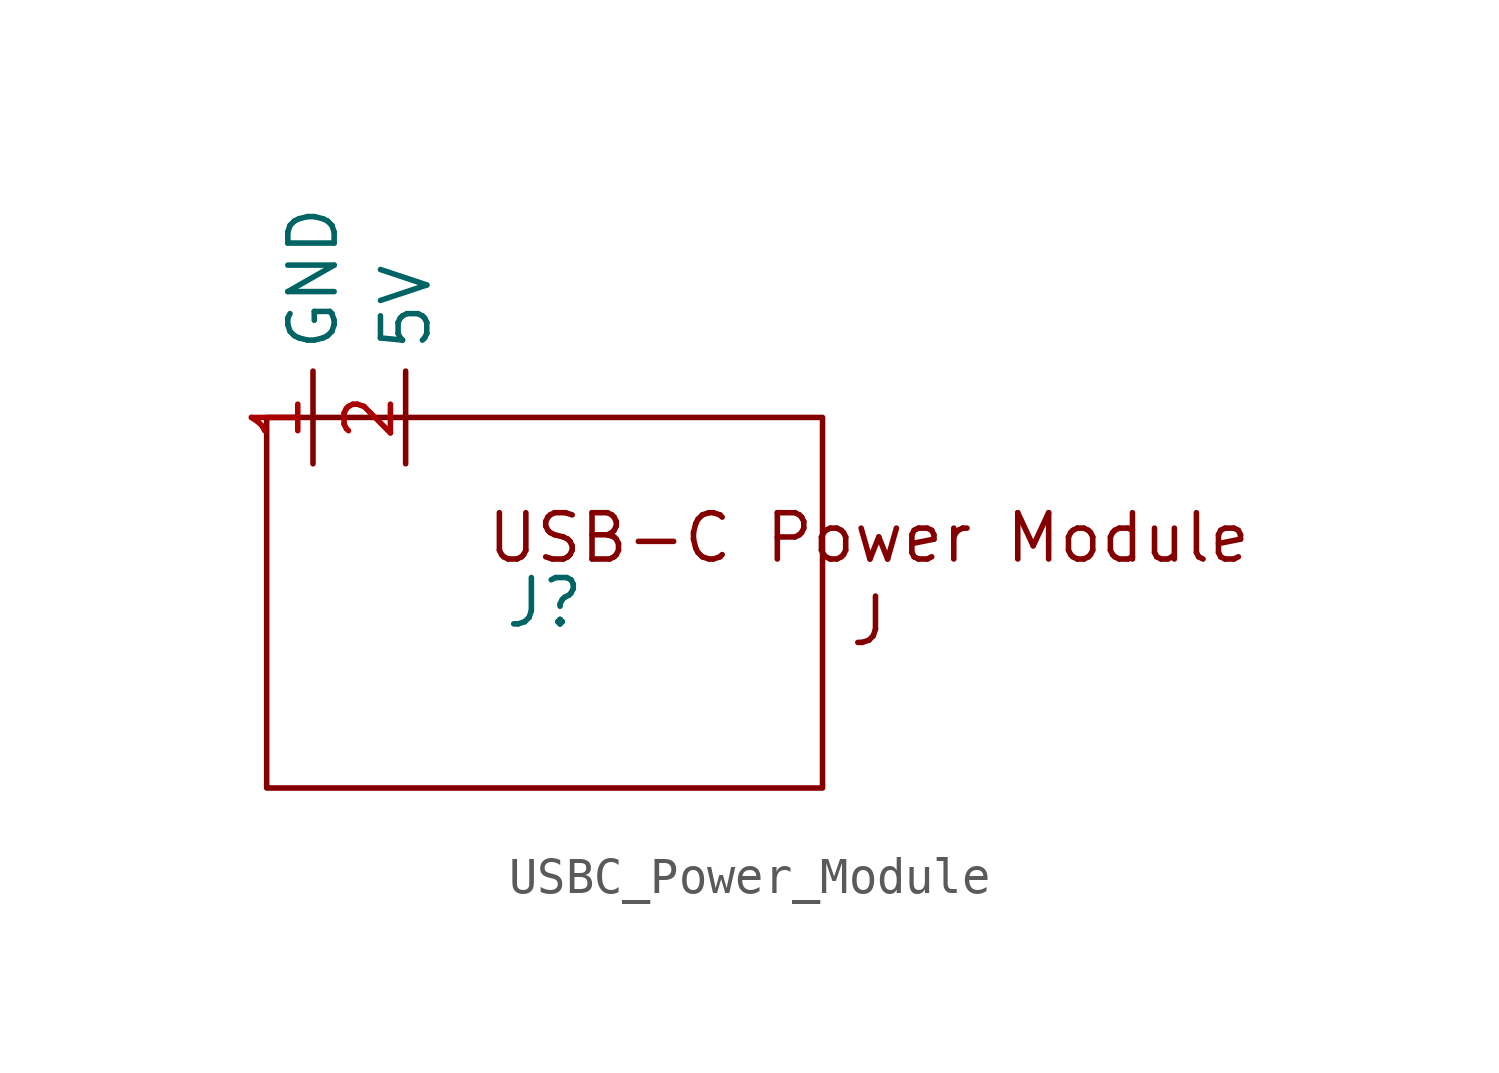
<source format=kicad_sym>
(kicad_symbol_lib
  (version 20231120)
  (generator "kicad_symbol_editor")
  (generator_version "8.0")
  (symbol "USBC_Power_Module"
    (property "Reference" "J"
      (at 0 0 0)
      (effects (font (size 1.27 1.27))))
    (property "Value" ""
      (at 0 0 0)
      (effects (font (size 1.27 1.27))))
    (symbol "USBC_Power_Module_0_1"
      (rectangle (start -7.62 5.08) (end 7.62 -5.08) (stroke (width 0) (type default)) (fill (type none))))
    (symbol "USBC_Power_Module_1_1"
      (text "${REFERENCE}" (at 8.89 -0.508 0) (effects (font (size 1.27 1.27))))
      (text "${VALUE}" (at 8.636 -2.54 0) (effects (font (size 1.27 1.27))))
      (text "USB-C Power Module" (at 8.89 1.778 0) (effects (font (size 1.27 1.27))))
      (pin passive line (at -6.35 3.81 90) (length 2.54) (name "GND" (effects (font (size 1.27 1.27)))) (number "1" (effects (font (size 1.27 1.27)))))
      (pin power_out line (at -3.81 3.81 90) (length 2.54) (name "5V" (effects (font (size 1.27 1.27)))) (number "2" (effects (font (size 1.27 1.27))))))))
</source>
